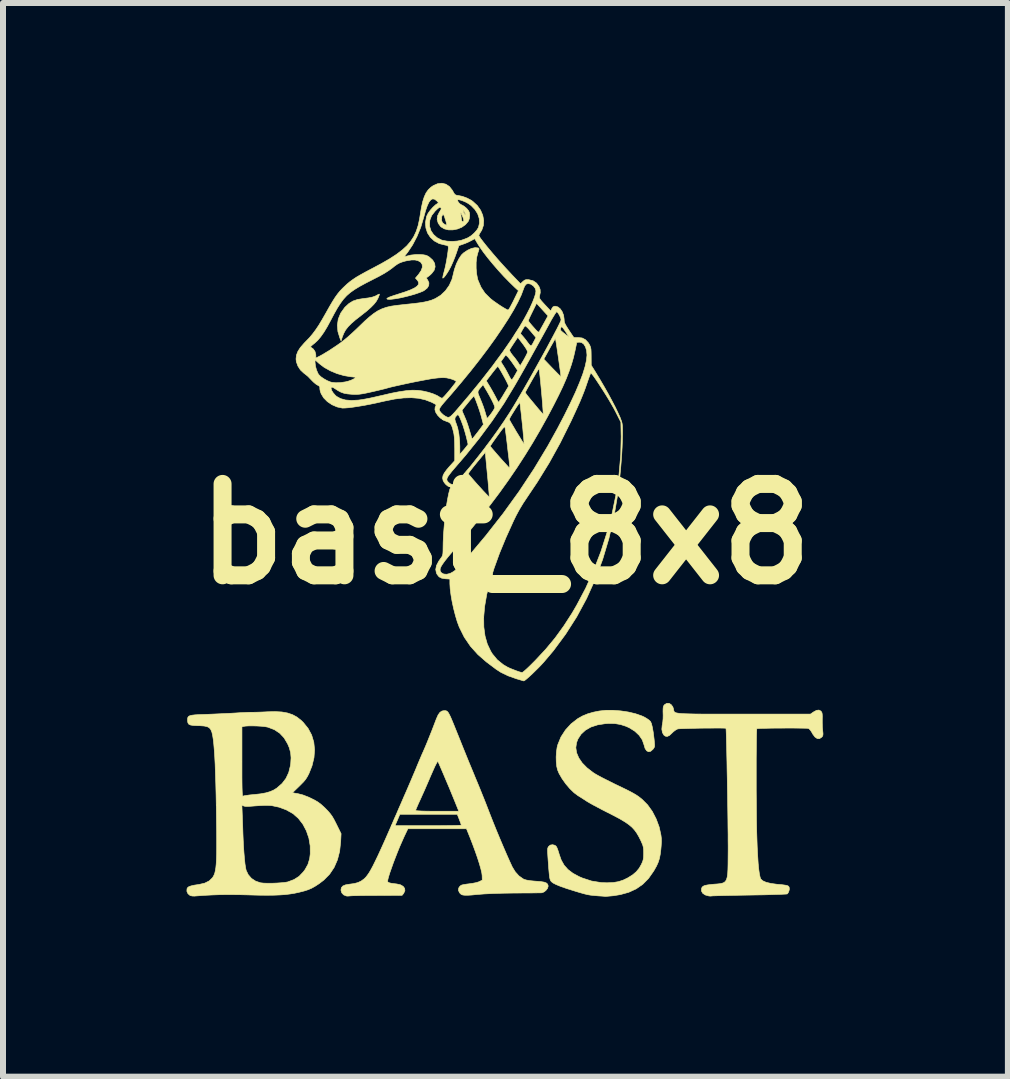
<source format=kicad_pcb>
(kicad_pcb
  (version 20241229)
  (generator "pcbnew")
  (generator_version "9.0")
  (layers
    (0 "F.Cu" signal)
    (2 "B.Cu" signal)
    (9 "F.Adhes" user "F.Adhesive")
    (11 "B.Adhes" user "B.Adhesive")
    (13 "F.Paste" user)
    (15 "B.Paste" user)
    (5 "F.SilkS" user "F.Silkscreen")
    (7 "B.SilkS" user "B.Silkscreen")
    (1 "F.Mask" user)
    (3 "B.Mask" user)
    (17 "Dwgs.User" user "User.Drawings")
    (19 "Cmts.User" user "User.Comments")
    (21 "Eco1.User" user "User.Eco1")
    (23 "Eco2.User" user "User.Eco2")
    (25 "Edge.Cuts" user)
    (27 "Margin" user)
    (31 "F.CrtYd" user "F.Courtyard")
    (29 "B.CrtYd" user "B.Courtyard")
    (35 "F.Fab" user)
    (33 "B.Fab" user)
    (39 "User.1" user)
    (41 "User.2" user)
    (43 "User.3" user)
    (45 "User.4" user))
  (footprint "bast_8x8"
    (layer "F.Cu")
    (at 5.378 5.853)
    (property "Reference" "bast_8x8" (at 0 0 0) (layer "F.SilkS") (effects (font (size 1.524 1.524) (thickness 0.3))))
    (attr through_hole)
    (fp_poly (pts (xy -2.104 -3.985) (xy -2.115 -3.956) (xy -2.127 -3.927) (xy -2.154 -3.879) (xy -2.193 -3.83) (xy -2.245 -3.777) (xy -2.314 -3.716) (xy -2.402 -3.647) (xy -2.413 -3.638) (xy -2.502 -3.569) (xy -2.571 -3.509) (xy -2.625 -3.454) (xy -2.666 -3.401) (xy -2.696 -3.346) (xy -2.72 -3.286) (xy -2.725 -3.27) (xy -2.741 -3.219) (xy -2.761 -3.267) (xy -2.794 -3.374) (xy -2.803 -3.48) (xy -2.788 -3.583) (xy -2.748 -3.681) (xy -2.685 -3.77) (xy -2.675 -3.782) (xy -2.61 -3.842) (xy -2.542 -3.884) (xy -2.465 -3.91) (xy -2.371 -3.925) (xy -2.371 -3.925) (xy -2.284 -3.936) (xy -2.217 -3.95) (xy -2.165 -3.969) (xy -2.136 -3.985) (xy -2.113 -3.997) (xy -2.102 -3.999) (xy -2.104 -3.985)) (stroke (width 0.01) (type solid)) (fill yes) (layer "F.SilkS"))
    (fp_poly (pts (xy 1.922 2.95) (xy 2.049 2.969) (xy 2.167 2.997) (xy 2.271 3.033) (xy 2.311 3.051) (xy 2.356 3.077) (xy 2.394 3.104) (xy 2.418 3.127) (xy 2.434 3.162) (xy 2.449 3.223) (xy 2.464 3.308) (xy 2.478 3.419) (xy 2.482 3.462) (xy 2.486 3.51) (xy 2.486 3.54) (xy 2.479 3.562) (xy 2.464 3.584) (xy 2.457 3.592) (xy 2.42 3.624) (xy 2.385 3.631) (xy 2.354 3.615) (xy 2.328 3.577) (xy 2.31 3.516) (xy 2.31 3.516) (xy 2.281 3.433) (xy 2.229 3.357) (xy 2.157 3.289) (xy 2.066 3.232) (xy 2.011 3.207) (xy 1.918 3.177) (xy 1.824 3.161) (xy 1.72 3.159) (xy 1.663 3.163) (xy 1.536 3.183) (xy 1.425 3.219) (xy 1.334 3.271) (xy 1.261 3.338) (xy 1.208 3.419) (xy 1.185 3.48) (xy 1.173 3.563) (xy 1.186 3.649) (xy 1.222 3.734) (xy 1.28 3.819) (xy 1.359 3.899) (xy 1.458 3.976) (xy 1.502 4.004) (xy 1.541 4.026) (xy 1.598 4.057) (xy 1.669 4.093) (xy 1.747 4.132) (xy 1.829 4.173) (xy 1.854 4.185) (xy 1.952 4.232) (xy 2.03 4.27) (xy 2.092 4.302) (xy 2.141 4.329) (xy 2.181 4.353) (xy 2.216 4.376) (xy 2.247 4.4) (xy 2.278 4.425) (xy 2.369 4.516) (xy 2.448 4.626) (xy 2.513 4.752) (xy 2.563 4.887) (xy 2.592 5.019) (xy 2.599 5.075) (xy 2.6 5.133) (xy 2.596 5.201) (xy 2.591 5.258) (xy 2.58 5.345) (xy 2.566 5.414) (xy 2.546 5.476) (xy 2.518 5.538) (xy 2.478 5.609) (xy 2.466 5.628) (xy 2.384 5.745) (xy 2.289 5.841) (xy 2.18 5.917) (xy 2.056 5.974) (xy 1.916 6.013) (xy 1.8 6.032) (xy 1.745 6.037) (xy 1.7 6.041) (xy 1.669 6.043) (xy 1.661 6.043) (xy 1.642 6.041) (xy 1.604 6.038) (xy 1.553 6.035) (xy 1.518 6.032) (xy 1.464 6.027) (xy 1.417 6.022) (xy 1.371 6.014) (xy 1.32 6.002) (xy 1.259 5.985) (xy 1.181 5.962) (xy 1.149 5.952) (xy 1.027 5.914) (xy 0.926 5.879) (xy 0.849 5.848) (xy 0.796 5.821) (xy 0.767 5.799) (xy 0.757 5.787) (xy 0.749 5.774) (xy 0.743 5.756) (xy 0.737 5.731) (xy 0.732 5.694) (xy 0.727 5.644) (xy 0.721 5.576) (xy 0.715 5.488) (xy 0.711 5.438) (xy 0.706 5.363) (xy 0.703 5.308) (xy 0.702 5.27) (xy 0.704 5.244) (xy 0.71 5.226) (xy 0.717 5.213) (xy 0.746 5.188) (xy 0.785 5.181) (xy 0.824 5.191) (xy 0.844 5.206) (xy 0.858 5.23) (xy 0.874 5.271) (xy 0.89 5.321) (xy 0.895 5.339) (xy 0.93 5.438) (xy 0.978 5.523) (xy 1.042 5.595) (xy 1.125 5.658) (xy 1.229 5.714) (xy 1.283 5.737) (xy 1.436 5.787) (xy 1.598 5.813) (xy 1.692 5.816) (xy 1.796 5.812) (xy 1.885 5.797) (xy 1.966 5.77) (xy 2.038 5.735) (xy 2.12 5.684) (xy 2.181 5.632) (xy 2.229 5.574) (xy 2.263 5.515) (xy 2.284 5.47) (xy 2.296 5.432) (xy 2.302 5.392) (xy 2.304 5.34) (xy 2.304 5.322) (xy 2.303 5.265) (xy 2.298 5.222) (xy 2.288 5.184) (xy 2.268 5.138) (xy 2.257 5.113) (xy 2.222 5.044) (xy 2.188 4.986) (xy 2.15 4.934) (xy 2.106 4.887) (xy 2.053 4.843) (xy 1.987 4.798) (xy 1.907 4.75) (xy 1.809 4.698) (xy 1.701 4.643) (xy 1.62 4.602) (xy 1.543 4.561) (xy 1.473 4.524) (xy 1.415 4.492) (xy 1.374 4.468) (xy 1.362 4.461) (xy 1.31 4.427) (xy 1.251 4.389) (xy 1.21 4.364) (xy 1.143 4.314) (xy 1.073 4.246) (xy 1.005 4.166) (xy 0.944 4.08) (xy 0.894 3.994) (xy 0.869 3.935) (xy 0.855 3.877) (xy 0.847 3.802) (xy 0.845 3.719) (xy 0.85 3.635) (xy 0.861 3.558) (xy 0.873 3.512) (xy 0.925 3.385) (xy 1 3.269) (xy 1.094 3.166) (xy 1.206 3.079) (xy 1.207 3.078) (xy 1.286 3.034) (xy 1.371 2.999) (xy 1.469 2.971) (xy 1.564 2.952) (xy 1.673 2.94) (xy 1.795 2.94) (xy 1.922 2.95)) (stroke (width 0.01) (type solid)) (fill yes) (layer "F.SilkS"))
    (fp_poly (pts (xy 2.728 2.824) (xy 2.762 2.845) (xy 2.79 2.882) (xy 2.802 2.919) (xy 2.804 2.934) (xy 2.807 2.946) (xy 2.81 2.957) (xy 2.817 2.967) (xy 2.828 2.975) (xy 2.845 2.982) (xy 2.87 2.987) (xy 2.904 2.992) (xy 2.949 2.996) (xy 3.006 2.998) (xy 3.076 3) (xy 3.162 3.002) (xy 3.265 3.003) (xy 3.386 3.003) (xy 3.527 3.003) (xy 3.69 3.003) (xy 3.876 3.003) (xy 3.981 3.003) (xy 5.086 3.003) (xy 5.136 2.968) (xy 5.186 2.941) (xy 5.226 2.936) (xy 5.259 2.953) (xy 5.263 2.958) (xy 5.275 2.976) (xy 5.281 3.001) (xy 5.283 3.041) (xy 5.282 3.088) (xy 5.282 3.152) (xy 5.284 3.219) (xy 5.289 3.276) (xy 5.289 3.278) (xy 5.294 3.325) (xy 5.293 3.353) (xy 5.286 3.373) (xy 5.272 3.389) (xy 5.235 3.413) (xy 5.198 3.411) (xy 5.16 3.385) (xy 5.123 3.336) (xy 5.112 3.315) (xy 5.088 3.277) (xy 5.063 3.25) (xy 5.052 3.243) (xy 5.033 3.24) (xy 4.994 3.239) (xy 4.937 3.238) (xy 4.866 3.237) (xy 4.785 3.236) (xy 4.697 3.236) (xy 4.606 3.237) (xy 4.516 3.237) (xy 4.43 3.238) (xy 4.352 3.24) (xy 4.285 3.241) (xy 4.234 3.243) (xy 4.201 3.245) (xy 4.191 3.247) (xy 4.189 3.262) (xy 4.187 3.299) (xy 4.185 3.357) (xy 4.184 3.433) (xy 4.183 3.525) (xy 4.182 3.631) (xy 4.181 3.747) (xy 4.181 3.871) (xy 4.181 4.002) (xy 4.181 4.136) (xy 4.181 4.272) (xy 4.182 4.406) (xy 4.183 4.536) (xy 4.184 4.661) (xy 4.185 4.777) (xy 4.187 4.882) (xy 4.189 4.974) (xy 4.191 5.036) (xy 4.197 5.212) (xy 4.205 5.363) (xy 4.213 5.49) (xy 4.223 5.592) (xy 4.234 5.67) (xy 4.246 5.724) (xy 4.257 5.753) (xy 4.29 5.783) (xy 4.346 5.808) (xy 4.426 5.827) (xy 4.527 5.841) (xy 4.538 5.842) (xy 4.61 5.848) (xy 4.661 5.855) (xy 4.694 5.861) (xy 4.714 5.87) (xy 4.725 5.881) (xy 4.731 5.897) (xy 4.732 5.898) (xy 4.732 5.933) (xy 4.72 5.971) (xy 4.702 5.999) (xy 4.697 6.002) (xy 4.682 6.004) (xy 4.643 6.006) (xy 4.584 6.009) (xy 4.508 6.011) (xy 4.416 6.014) (xy 4.312 6.017) (xy 4.197 6.019) (xy 4.075 6.021) (xy 4.071 6.021) (xy 3.948 6.023) (xy 3.833 6.025) (xy 3.728 6.027) (xy 3.636 6.029) (xy 3.558 6.031) (xy 3.498 6.033) (xy 3.459 6.034) (xy 3.442 6.036) (xy 3.442 6.036) (xy 3.415 6.038) (xy 3.391 6.036) (xy 3.33 6.019) (xy 3.288 5.99) (xy 3.268 5.953) (xy 3.269 5.913) (xy 3.278 5.89) (xy 3.297 5.873) (xy 3.327 5.86) (xy 3.374 5.851) (xy 3.44 5.843) (xy 3.472 5.84) (xy 3.529 5.836) (xy 3.577 5.831) (xy 3.615 5.823) (xy 3.645 5.811) (xy 3.668 5.791) (xy 3.685 5.762) (xy 3.697 5.721) (xy 3.705 5.665) (xy 3.709 5.594) (xy 3.711 5.503) (xy 3.712 5.391) (xy 3.713 5.273) (xy 3.713 5.201) (xy 3.712 5.112) (xy 3.712 5.009) (xy 3.71 4.893) (xy 3.709 4.768) (xy 3.707 4.635) (xy 3.705 4.496) (xy 3.703 4.354) (xy 3.7 4.212) (xy 3.698 4.071) (xy 3.695 3.934) (xy 3.693 3.802) (xy 3.69 3.679) (xy 3.688 3.567) (xy 3.685 3.467) (xy 3.683 3.383) (xy 3.681 3.316) (xy 3.679 3.269) (xy 3.677 3.244) (xy 3.676 3.24) (xy 3.662 3.238) (xy 3.626 3.237) (xy 3.572 3.236) (xy 3.504 3.236) (xy 3.426 3.237) (xy 3.341 3.237) (xy 3.253 3.238) (xy 3.166 3.24) (xy 3.084 3.242) (xy 3.01 3.244) (xy 2.947 3.246) (xy 2.901 3.248) (xy 2.874 3.25) (xy 2.871 3.251) (xy 2.84 3.267) (xy 2.802 3.295) (xy 2.776 3.32) (xy 2.733 3.36) (xy 2.697 3.376) (xy 2.665 3.371) (xy 2.642 3.354) (xy 2.617 3.312) (xy 2.607 3.255) (xy 2.613 3.19) (xy 2.616 3.178) (xy 2.623 3.134) (xy 2.628 3.077) (xy 2.629 3.023) (xy 2.627 2.959) (xy 2.628 2.915) (xy 2.631 2.886) (xy 2.637 2.867) (xy 2.647 2.853) (xy 2.654 2.845) (xy 2.69 2.824) (xy 2.728 2.824)) (stroke (width 0.01) (type solid)) (fill yes) (layer "F.SilkS"))
    (fp_poly (pts (xy -0.992 2.948) (xy -0.979 2.953) (xy -0.966 2.963) (xy -0.952 2.981) (xy -0.936 3.01) (xy -0.916 3.05) (xy -0.893 3.104) (xy -0.864 3.174) (xy -0.828 3.263) (xy -0.784 3.372) (xy -0.761 3.429) (xy -0.718 3.537) (xy -0.669 3.658) (xy -0.618 3.784) (xy -0.567 3.907) (xy -0.521 4.018) (xy -0.505 4.058) (xy -0.466 4.151) (xy -0.427 4.246) (xy -0.39 4.338) (xy -0.356 4.422) (xy -0.329 4.49) (xy -0.317 4.521) (xy -0.266 4.653) (xy -0.211 4.793) (xy -0.153 4.937) (xy -0.094 5.079) (xy -0.036 5.216) (xy 0.019 5.343) (xy 0.069 5.456) (xy 0.112 5.549) (xy 0.114 5.553) (xy 0.163 5.633) (xy 0.223 5.7) (xy 0.29 5.748) (xy 0.313 5.76) (xy 0.352 5.771) (xy 0.41 5.781) (xy 0.484 5.788) (xy 0.511 5.79) (xy 0.588 5.796) (xy 0.644 5.805) (xy 0.681 5.819) (xy 0.702 5.838) (xy 0.711 5.864) (xy 0.711 5.877) (xy 0.7 5.911) (xy 0.673 5.945) (xy 0.638 5.971) (xy 0.602 5.983) (xy 0.601 5.983) (xy 0.58 5.984) (xy 0.537 5.984) (xy 0.475 5.985) (xy 0.397 5.986) (xy 0.308 5.986) (xy 0.21 5.987) (xy 0.152 5.987) (xy -0.041 5.99) (xy -0.209 5.995) (xy -0.353 6.002) (xy -0.471 6.011) (xy -0.472 6.011) (xy -0.56 6.02) (xy -0.627 6.024) (xy -0.676 6.024) (xy -0.711 6.02) (xy -0.736 6.011) (xy -0.754 5.996) (xy -0.767 5.98) (xy -0.785 5.941) (xy -0.78 5.904) (xy -0.763 5.878) (xy -0.748 5.864) (xy -0.728 5.853) (xy -0.696 5.846) (xy -0.647 5.838) (xy -0.613 5.834) (xy -0.549 5.825) (xy -0.491 5.814) (xy -0.448 5.801) (xy -0.437 5.796) (xy -0.387 5.772) (xy -0.389 5.696) (xy -0.395 5.649) (xy -0.411 5.582) (xy -0.435 5.498) (xy -0.466 5.401) (xy -0.504 5.292) (xy -0.547 5.175) (xy -0.59 5.064) (xy -0.65 4.915) (xy -1.627 4.915) (xy -1.689 5.045) (xy -1.724 5.124) (xy -1.762 5.21) (xy -1.799 5.301) (xy -1.835 5.393) (xy -1.87 5.484) (xy -1.9 5.569) (xy -1.927 5.645) (xy -1.947 5.709) (xy -1.96 5.758) (xy -1.965 5.789) (xy -1.965 5.795) (xy -1.956 5.807) (xy -1.937 5.816) (xy -1.905 5.824) (xy -1.853 5.831) (xy -1.811 5.836) (xy -1.75 5.85) (xy -1.706 5.876) (xy -1.681 5.91) (xy -1.677 5.949) (xy -1.697 5.991) (xy -1.7 5.996) (xy -1.724 6.025) (xy -2.141 6.027) (xy -2.243 6.027) (xy -2.338 6.028) (xy -2.423 6.029) (xy -2.494 6.031) (xy -2.548 6.032) (xy -2.581 6.034) (xy -2.591 6.035) (xy -2.63 6.038) (xy -2.654 6.036) (xy -2.699 6.017) (xy -2.73 5.983) (xy -2.743 5.939) (xy -2.743 5.937) (xy -2.736 5.898) (xy -2.712 5.87) (xy -2.668 5.851) (xy -2.604 5.84) (xy -2.522 5.829) (xy -2.459 5.812) (xy -2.406 5.787) (xy -2.357 5.751) (xy -2.347 5.742) (xy -2.325 5.719) (xy -2.301 5.688) (xy -2.274 5.649) (xy -2.244 5.598) (xy -2.21 5.535) (xy -2.172 5.458) (xy -2.127 5.365) (xy -2.077 5.256) (xy -2.019 5.128) (xy -1.954 4.98) (xy -1.903 4.864) (xy -1.842 4.864) (xy -1.289 4.864) (xy -1.174 4.864) (xy -1.066 4.863) (xy -0.969 4.862) (xy -0.886 4.861) (xy -0.819 4.86) (xy -0.77 4.858) (xy -0.742 4.856) (xy -0.737 4.855) (xy -0.741 4.839) (xy -0.752 4.807) (xy -0.769 4.764) (xy -0.77 4.76) (xy -0.804 4.674) (xy -1.761 4.674) (xy -1.781 4.721) (xy -1.8 4.767) (xy -1.82 4.814) (xy -1.821 4.816) (xy -1.842 4.864) (xy -1.903 4.864) (xy -1.88 4.811) (xy -1.851 4.743) (xy -1.818 4.67) (xy -1.793 4.611) (xy -1.499 4.611) (xy -1.486 4.614) (xy -1.45 4.617) (xy -1.393 4.62) (xy -1.316 4.622) (xy -1.221 4.623) (xy -1.138 4.623) (xy -0.778 4.623) (xy -0.851 4.442) (xy -0.874 4.386) (xy -0.902 4.318) (xy -0.933 4.242) (xy -0.967 4.162) (xy -1.001 4.082) (xy -1.034 4.004) (xy -1.064 3.934) (xy -1.09 3.874) (xy -1.11 3.828) (xy -1.123 3.8) (xy -1.126 3.793) (xy -1.135 3.798) (xy -1.152 3.827) (xy -1.178 3.878) (xy -1.211 3.952) (xy -1.253 4.047) (xy -1.276 4.102) (xy -1.309 4.178) (xy -1.347 4.266) (xy -1.387 4.354) (xy -1.421 4.43) (xy -1.449 4.49) (xy -1.472 4.543) (xy -1.489 4.583) (xy -1.498 4.607) (xy -1.499 4.611) (xy -1.793 4.611) (xy -1.78 4.58) (xy -1.737 4.483) (xy -1.695 4.385) (xy -1.657 4.299) (xy -1.619 4.211) (xy -1.579 4.118) (xy -1.541 4.028) (xy -1.506 3.946) (xy -1.479 3.881) (xy -1.479 3.88) (xy -1.449 3.808) (xy -1.418 3.735) (xy -1.389 3.667) (xy -1.365 3.615) (xy -1.365 3.613) (xy -1.339 3.554) (xy -1.306 3.475) (xy -1.268 3.38) (xy -1.225 3.273) (xy -1.181 3.158) (xy -1.152 3.082) (xy -1.123 3.017) (xy -1.092 2.974) (xy -1.058 2.952) (xy -1.024 2.946) (xy -1.007 2.946) (xy -0.992 2.948)) (stroke (width 0.01) (type solid)) (fill yes) (layer "F.SilkS"))
    (fp_poly (pts (xy -3.729 2.968) (xy -3.634 2.985) (xy -3.551 3.013) (xy -3.477 3.053) (xy -3.407 3.108) (xy -3.372 3.142) (xy -3.291 3.242) (xy -3.232 3.352) (xy -3.196 3.472) (xy -3.183 3.598) (xy -3.193 3.731) (xy -3.226 3.867) (xy -3.277 3.995) (xy -3.303 4.045) (xy -3.33 4.088) (xy -3.364 4.13) (xy -3.411 4.178) (xy -3.439 4.206) (xy -3.552 4.315) (xy -3.462 4.33) (xy -3.379 4.351) (xy -3.281 4.389) (xy -3.239 4.409) (xy -3.172 4.443) (xy -3.121 4.474) (xy -3.075 4.509) (xy -3.026 4.553) (xy -3.001 4.577) (xy -2.956 4.624) (xy -2.921 4.665) (xy -2.891 4.706) (xy -2.862 4.755) (xy -2.829 4.819) (xy -2.819 4.839) (xy -2.741 4.997) (xy -2.748 5.131) (xy -2.765 5.291) (xy -2.802 5.434) (xy -2.857 5.56) (xy -2.932 5.672) (xy -3.027 5.769) (xy -3.108 5.831) (xy -3.174 5.874) (xy -3.231 5.906) (xy -3.289 5.931) (xy -3.354 5.952) (xy -3.436 5.973) (xy -3.444 5.975) (xy -3.519 5.991) (xy -3.594 6.003) (xy -3.675 6.013) (xy -3.763 6.019) (xy -3.863 6.023) (xy -3.977 6.024) (xy -4.11 6.023) (xy -4.264 6.019) (xy -4.286 6.018) (xy -4.458 6.014) (xy -4.611 6.013) (xy -4.752 6.014) (xy -4.889 6.019) (xy -5.027 6.026) (xy -5.175 6.037) (xy -5.178 6.038) (xy -5.219 6.037) (xy -5.254 6.03) (xy -5.26 6.027) (xy -5.294 5.998) (xy -5.312 5.958) (xy -5.31 5.917) (xy -5.309 5.914) (xy -5.298 5.895) (xy -5.277 5.88) (xy -5.242 5.868) (xy -5.19 5.856) (xy -5.117 5.845) (xy -5.109 5.844) (xy -5.014 5.822) (xy -4.94 5.785) (xy -4.885 5.732) (xy -4.872 5.711) (xy -4.858 5.684) (xy -4.846 5.651) (xy -4.837 5.611) (xy -4.829 5.562) (xy -4.823 5.501) (xy -4.819 5.427) (xy -4.816 5.337) (xy -4.815 5.23) (xy -4.815 5.103) (xy -4.816 4.954) (xy -4.818 4.82) (xy -4.821 4.577) (xy -4.822 4.52) (xy -4.395 4.52) (xy -4.388 4.698) (xy -4.385 4.785) (xy -4.381 4.884) (xy -4.378 4.982) (xy -4.375 5.058) (xy -4.369 5.189) (xy -4.361 5.308) (xy -4.352 5.414) (xy -4.343 5.502) (xy -4.332 5.57) (xy -4.324 5.608) (xy -4.289 5.681) (xy -4.235 5.743) (xy -4.165 5.789) (xy -4.082 5.817) (xy -4.078 5.817) (xy -4.032 5.822) (xy -3.969 5.824) (xy -3.895 5.824) (xy -3.817 5.821) (xy -3.743 5.816) (xy -3.679 5.81) (xy -3.632 5.802) (xy -3.626 5.8) (xy -3.525 5.762) (xy -3.442 5.709) (xy -3.371 5.635) (xy -3.341 5.595) (xy -3.293 5.508) (xy -3.265 5.415) (xy -3.255 5.334) (xy -3.256 5.201) (xy -3.278 5.071) (xy -3.32 4.949) (xy -3.378 4.839) (xy -3.453 4.742) (xy -3.542 4.664) (xy -3.55 4.659) (xy -3.655 4.6) (xy -3.773 4.556) (xy -3.895 4.53) (xy -3.914 4.528) (xy -3.96 4.526) (xy -4.024 4.526) (xy -4.095 4.529) (xy -4.168 4.534) (xy -4.17 4.534) (xy -4.246 4.54) (xy -4.301 4.543) (xy -4.338 4.542) (xy -4.361 4.537) (xy -4.368 4.534) (xy -4.395 4.52) (xy -4.822 4.52) (xy -4.825 4.358) (xy -4.83 4.163) (xy -4.836 3.99) (xy -4.841 3.838) (xy -4.848 3.706) (xy -4.856 3.593) (xy -4.864 3.498) (xy -4.873 3.42) (xy -4.883 3.358) (xy -4.894 3.31) (xy -4.898 3.298) (xy -4.915 3.259) (xy -4.939 3.231) (xy -4.967 3.216) (xy -4.394 3.216) (xy -4.394 3.8) (xy -4.394 3.942) (xy -4.394 4.059) (xy -4.393 4.155) (xy -4.392 4.231) (xy -4.39 4.289) (xy -4.388 4.33) (xy -4.386 4.356) (xy -4.382 4.37) (xy -4.379 4.372) (xy -4.378 4.372) (xy -4.36 4.366) (xy -4.322 4.36) (xy -4.269 4.352) (xy -4.207 4.346) (xy -4.194 4.345) (xy -4.084 4.333) (xy -3.996 4.317) (xy -3.924 4.296) (xy -3.863 4.269) (xy -3.812 4.237) (xy -3.725 4.161) (xy -3.66 4.076) (xy -3.614 3.978) (xy -3.586 3.864) (xy -3.581 3.831) (xy -3.575 3.733) (xy -3.582 3.647) (xy -3.605 3.563) (xy -3.633 3.498) (xy -3.691 3.4) (xy -3.764 3.322) (xy -3.853 3.263) (xy -3.96 3.222) (xy -3.969 3.22) (xy -4.012 3.212) (xy -4.071 3.206) (xy -4.139 3.202) (xy -4.21 3.2) (xy -4.276 3.2) (xy -4.33 3.203) (xy -4.366 3.208) (xy -4.394 3.216) (xy -4.967 3.216) (xy -4.974 3.213) (xy -5.024 3.202) (xy -5.094 3.197) (xy -5.134 3.196) (xy -5.203 3.193) (xy -5.25 3.186) (xy -5.28 3.172) (xy -5.295 3.149) (xy -5.301 3.115) (xy -5.301 3.105) (xy -5.3 3.078) (xy -5.295 3.057) (xy -5.283 3.041) (xy -5.261 3.03) (xy -5.227 3.022) (xy -5.176 3.016) (xy -5.107 3.012) (xy -5.016 3.009) (xy -4.988 3.008) (xy -4.888 3.004) (xy -4.778 2.999) (xy -4.669 2.994) (xy -4.567 2.989) (xy -4.496 2.985) (xy -4.419 2.98) (xy -4.348 2.977) (xy -4.287 2.974) (xy -4.242 2.973) (xy -4.223 2.973) (xy -4.192 2.973) (xy -4.142 2.972) (xy -4.079 2.97) (xy -4.008 2.967) (xy -3.973 2.965) (xy -3.841 2.962) (xy -3.729 2.968)) (stroke (width 0.01) (type solid)) (fill yes) (layer "F.SilkS"))
    (fp_poly (pts (xy -0.994 -5.832) (xy -0.935 -5.793) (xy -0.887 -5.732) (xy -0.881 -5.722) (xy -0.859 -5.682) (xy -0.841 -5.659) (xy -0.821 -5.649) (xy -0.794 -5.644) (xy -0.79 -5.644) (xy -0.718 -5.629) (xy -0.64 -5.6) (xy -0.568 -5.562) (xy -0.544 -5.544) (xy -0.47 -5.476) (xy -0.415 -5.398) (xy -0.379 -5.314) (xy -0.363 -5.229) (xy -0.368 -5.145) (xy -0.395 -5.066) (xy -0.414 -5.036) (xy -0.433 -5.005) (xy -0.443 -4.983) (xy -0.445 -4.979) (xy -0.436 -4.96) (xy -0.413 -4.925) (xy -0.376 -4.877) (xy -0.329 -4.817) (xy -0.272 -4.748) (xy -0.209 -4.673) (xy -0.141 -4.594) (xy -0.07 -4.514) (xy 0.002 -4.435) (xy 0.072 -4.36) (xy 0.105 -4.324) (xy 0.251 -4.172) (xy 0.29 -4.209) (xy 0.317 -4.231) (xy 0.342 -4.24) (xy 0.378 -4.24) (xy 0.391 -4.239) (xy 0.462 -4.221) (xy 0.519 -4.182) (xy 0.56 -4.124) (xy 0.578 -4.075) (xy 0.58 -4.023) (xy 0.566 -3.959) (xy 0.565 -3.955) (xy 0.565 -3.939) (xy 0.576 -3.917) (xy 0.599 -3.886) (xy 0.638 -3.843) (xy 0.656 -3.823) (xy 0.755 -3.718) (xy 0.773 -3.758) (xy 0.792 -3.786) (xy 0.817 -3.797) (xy 0.832 -3.797) (xy 0.875 -3.785) (xy 0.914 -3.753) (xy 0.946 -3.705) (xy 0.969 -3.646) (xy 0.978 -3.581) (xy 0.978 -3.575) (xy 0.98 -3.546) (xy 0.987 -3.518) (xy 1.003 -3.485) (xy 1.029 -3.442) (xy 1.056 -3.4) (xy 1.088 -3.352) (xy 1.114 -3.313) (xy 1.132 -3.287) (xy 1.139 -3.278) (xy 1.153 -3.275) (xy 1.184 -3.274) (xy 1.21 -3.275) (xy 1.278 -3.268) (xy 1.334 -3.239) (xy 1.381 -3.188) (xy 1.397 -3.162) (xy 1.411 -3.134) (xy 1.42 -3.108) (xy 1.426 -3.076) (xy 1.428 -3.032) (xy 1.429 -2.97) (xy 1.429 -2.959) (xy 1.43 -2.813) (xy 1.501 -2.699) (xy 1.576 -2.575) (xy 1.648 -2.452) (xy 1.716 -2.332) (xy 1.777 -2.218) (xy 1.832 -2.113) (xy 1.877 -2.019) (xy 1.913 -1.939) (xy 1.936 -1.876) (xy 1.944 -1.847) (xy 1.95 -1.804) (xy 1.952 -1.739) (xy 1.952 -1.656) (xy 1.949 -1.557) (xy 1.945 -1.445) (xy 1.938 -1.325) (xy 1.929 -1.199) (xy 1.918 -1.071) (xy 1.906 -0.944) (xy 1.892 -0.82) (xy 1.878 -0.704) (xy 1.873 -0.667) (xy 1.808 -0.287) (xy 1.724 0.077) (xy 1.62 0.425) (xy 1.496 0.758) (xy 1.352 1.077) (xy 1.188 1.381) (xy 1.003 1.671) (xy 0.798 1.948) (xy 0.639 2.136) (xy 0.597 2.182) (xy 0.548 2.233) (xy 0.496 2.284) (xy 0.445 2.334) (xy 0.396 2.379) (xy 0.355 2.415) (xy 0.324 2.44) (xy 0.307 2.45) (xy 0.306 2.45) (xy 0.291 2.447) (xy 0.258 2.437) (xy 0.212 2.423) (xy 0.184 2.415) (xy 0.043 2.365) (xy -0.077 2.307) (xy -0.16 2.253) (xy -0.202 2.221) (xy -0.254 2.182) (xy -0.307 2.142) (xy -0.319 2.133) (xy -0.46 2.01) (xy -0.584 1.872) (xy -0.687 1.721) (xy -0.768 1.558) (xy -0.772 1.549) (xy -0.805 1.46) (xy -0.827 1.386) (xy -0.363 1.386) (xy -0.361 1.551) (xy -0.341 1.701) (xy -0.303 1.835) (xy -0.246 1.955) (xy -0.219 1.999) (xy -0.137 2.098) (xy -0.037 2.179) (xy 0.031 2.219) (xy 0.075 2.24) (xy 0.128 2.261) (xy 0.182 2.282) (xy 0.231 2.299) (xy 0.267 2.309) (xy 0.279 2.31) (xy 0.293 2.302) (xy 0.322 2.278) (xy 0.363 2.241) (xy 0.413 2.193) (xy 0.469 2.137) (xy 0.495 2.111) (xy 0.668 1.926) (xy 0.826 1.736) (xy 0.971 1.536) (xy 1.11 1.321) (xy 1.188 1.187) (xy 1.338 0.903) (xy 1.472 0.603) (xy 1.592 0.292) (xy 1.694 -0.028) (xy 1.78 -0.352) (xy 1.847 -0.678) (xy 1.894 -1.002) (xy 1.922 -1.32) (xy 1.929 -1.629) (xy 1.928 -1.66) (xy 1.924 -1.865) (xy 1.836 -2.039) (xy 1.808 -2.092) (xy 1.772 -2.155) (xy 1.731 -2.226) (xy 1.686 -2.3) (xy 1.639 -2.375) (xy 1.592 -2.448) (xy 1.547 -2.517) (xy 1.507 -2.577) (xy 1.472 -2.627) (xy 1.444 -2.663) (xy 1.427 -2.681) (xy 1.422 -2.683) (xy 1.415 -2.668) (xy 1.402 -2.634) (xy 1.384 -2.585) (xy 1.364 -2.526) (xy 1.36 -2.515) (xy 1.333 -2.436) (xy 1.305 -2.361) (xy 1.274 -2.284) (xy 1.24 -2.202) (xy 1.199 -2.111) (xy 1.151 -2.006) (xy 1.094 -1.883) (xy 1.083 -1.861) (xy 0.911 -1.515) (xy 0.729 -1.186) (xy 0.533 -0.868) (xy 0.368 -0.622) (xy 0.294 -0.511) (xy 0.232 -0.408) (xy 0.175 -0.302) (xy 0.134 -0.218) (xy 0.008 0.061) (xy -0.1 0.323) (xy -0.189 0.569) (xy -0.26 0.797) (xy -0.313 1.01) (xy -0.347 1.206) (xy -0.363 1.386) (xy -0.827 1.386) (xy -0.836 1.355) (xy -0.865 1.242) (xy -0.89 1.126) (xy -0.909 1.015) (xy -0.922 0.914) (xy -0.927 0.83) (xy -0.927 0.826) (xy -0.927 0.752) (xy -1.003 0.747) (xy -1.064 0.737) (xy -1.107 0.715) (xy -1.138 0.677) (xy -1.152 0.65) (xy -1.16 0.607) (xy -1.09 0.607) (xy -1.082 0.629) (xy -1.067 0.648) (xy -1.03 0.668) (xy -0.981 0.672) (xy -0.929 0.66) (xy -0.911 0.652) (xy -0.875 0.632) (xy -0.841 0.608) (xy -0.805 0.577) (xy -0.763 0.536) (xy -0.712 0.481) (xy -0.649 0.41) (xy -0.642 0.402) (xy -0.329 0.029) (xy -0.039 -0.341) (xy 0.229 -0.712) (xy 0.476 -1.086) (xy 0.704 -1.464) (xy 0.869 -1.762) (xy 0.984 -1.982) (xy 1.083 -2.183) (xy 1.167 -2.363) (xy 1.235 -2.524) (xy 1.289 -2.666) (xy 1.327 -2.79) (xy 1.35 -2.894) (xy 1.359 -2.98) (xy 1.359 -2.985) (xy 1.352 -3.06) (xy 1.333 -3.121) (xy 1.304 -3.167) (xy 1.267 -3.193) (xy 1.229 -3.198) (xy 1.189 -3.194) (xy 1.16 -3.056) (xy 1.134 -2.943) (xy 1.101 -2.829) (xy 1.061 -2.712) (xy 1.013 -2.588) (xy 0.955 -2.455) (xy 0.885 -2.309) (xy 0.804 -2.149) (xy 0.71 -1.971) (xy 0.702 -1.956) (xy 0.579 -1.735) (xy 0.455 -1.522) (xy 0.326 -1.313) (xy 0.192 -1.106) (xy 0.05 -0.898) (xy -0.101 -0.687) (xy -0.264 -0.471) (xy -0.44 -0.246) (xy -0.631 -0.009) (xy -0.838 0.24) (xy -0.888 0.3) (xy -0.958 0.383) (xy -1.012 0.451) (xy -1.051 0.505) (xy -1.076 0.547) (xy -1.089 0.58) (xy -1.09 0.607) (xy -1.16 0.607) (xy -1.163 0.592) (xy -1.15 0.526) (xy -1.112 0.453) (xy -1.078 0.405) (xy -1.059 0.378) (xy -1.048 0.353) (xy -1.043 0.322) (xy -1.041 0.275) (xy -1.041 0.259) (xy -1.039 0.143) (xy -1.034 0.02) (xy -1.024 -0.108) (xy -1.013 -0.236) (xy -0.999 -0.36) (xy -0.983 -0.477) (xy -0.965 -0.582) (xy -0.947 -0.672) (xy -0.929 -0.742) (xy -0.92 -0.765) (xy -0.92 -0.784) (xy -0.931 -0.787) (xy -0.952 -0.795) (xy -0.826 -0.795) (xy -0.825 -0.585) (xy -0.822 -0.452) (xy -0.814 -0.326) (xy -0.801 -0.212) (xy -0.783 -0.115) (xy -0.772 -0.072) (xy -0.766 -0.053) (xy -0.762 -0.046) (xy -0.758 -0.053) (xy -0.755 -0.077) (xy -0.752 -0.121) (xy -0.749 -0.187) (xy -0.748 -0.203) (xy -0.745 -0.278) (xy -0.741 -0.37) (xy -0.737 -0.471) (xy -0.733 -0.571) (xy -0.731 -0.641) (xy -0.722 -0.895) (xy -0.826 -0.795) (xy -0.952 -0.795) (xy -0.959 -0.797) (xy -0.992 -0.823) (xy -1.021 -0.857) (xy -1.04 -0.892) (xy -1.041 -0.893) (xy -1.043 -0.908) (xy -0.978 -0.908) (xy -0.974 -0.89) (xy -0.962 -0.873) (xy -0.947 -0.857) (xy -0.912 -0.831) (xy -0.877 -0.827) (xy -0.84 -0.845) (xy -0.796 -0.886) (xy -0.696 -0.997) (xy -0.69 -1.004) (xy -0.62 -1.004) (xy -0.61 -0.989) (xy -0.586 -0.961) (xy -0.552 -0.921) (xy -0.511 -0.874) (xy -0.466 -0.823) (xy -0.419 -0.772) (xy -0.374 -0.722) (xy -0.333 -0.679) (xy -0.301 -0.645) (xy -0.279 -0.624) (xy -0.271 -0.618) (xy -0.271 -0.633) (xy -0.273 -0.67) (xy -0.278 -0.725) (xy -0.284 -0.797) (xy -0.291 -0.88) (xy -0.3 -0.972) (xy -0.302 -0.995) (xy -0.337 -1.361) (xy -0.48 -1.188) (xy -0.526 -1.131) (xy -0.566 -1.081) (xy -0.596 -1.041) (xy -0.615 -1.014) (xy -0.62 -1.004) (xy -0.69 -1.004) (xy -0.586 -1.126) (xy -0.472 -1.269) (xy -0.354 -1.42) (xy -0.321 -1.465) (xy -0.254 -1.465) (xy -0.246 -1.453) (xy -0.225 -1.427) (xy -0.192 -1.389) (xy -0.153 -1.343) (xy -0.109 -1.293) (xy -0.064 -1.242) (xy -0.02 -1.194) (xy 0.018 -1.152) (xy 0.048 -1.119) (xy 0.067 -1.1) (xy 0.072 -1.096) (xy 0.071 -1.109) (xy 0.068 -1.144) (xy 0.063 -1.198) (xy 0.056 -1.266) (xy 0.046 -1.346) (xy 0.037 -1.423) (xy 0.027 -1.513) (xy 0.017 -1.595) (xy 0.008 -1.666) (xy 0.000424 -1.723) (xy -0.005 -1.761) (xy -0.007 -1.776) (xy -0.012 -1.784) (xy -0.02 -1.782) (xy -0.035 -1.768) (xy -0.059 -1.74) (xy -0.093 -1.694) (xy -0.134 -1.638) (xy -0.174 -1.582) (xy -0.209 -1.533) (xy -0.235 -1.494) (xy -0.251 -1.471) (xy -0.254 -1.465) (xy -0.321 -1.465) (xy -0.238 -1.575) (xy -0.126 -1.731) (xy -0.022 -1.882) (xy -0.003 -1.911) (xy 0.064 -1.911) (xy 0.07 -1.898) (xy 0.086 -1.868) (xy 0.111 -1.825) (xy 0.142 -1.773) (xy 0.175 -1.716) (xy 0.21 -1.659) (xy 0.243 -1.605) (xy 0.272 -1.558) (xy 0.294 -1.523) (xy 0.308 -1.504) (xy 0.311 -1.501) (xy 0.31 -1.514) (xy 0.307 -1.549) (xy 0.303 -1.603) (xy 0.296 -1.672) (xy 0.289 -1.753) (xy 0.28 -1.843) (xy 0.279 -1.845) (xy 0.27 -1.935) (xy 0.261 -2.017) (xy 0.253 -2.086) (xy 0.247 -2.141) (xy 0.242 -2.177) (xy 0.239 -2.191) (xy 0.239 -2.191) (xy 0.231 -2.183) (xy 0.213 -2.158) (xy 0.188 -2.121) (xy 0.159 -2.076) (xy 0.13 -2.029) (xy 0.102 -1.984) (xy 0.08 -1.946) (xy 0.067 -1.92) (xy 0.064 -1.911) (xy -0.003 -1.911) (xy 0.071 -2.024) (xy 0.087 -2.05) (xy 0.133 -2.124) (xy 0.185 -2.211) (xy 0.242 -2.309) (xy 0.27 -2.357) (xy 0.33 -2.357) (xy 0.338 -2.345) (xy 0.359 -2.317) (xy 0.389 -2.279) (xy 0.427 -2.232) (xy 0.469 -2.182) (xy 0.511 -2.131) (xy 0.551 -2.083) (xy 0.586 -2.043) (xy 0.612 -2.013) (xy 0.627 -1.998) (xy 0.629 -1.997) (xy 0.629 -2.01) (xy 0.627 -2.045) (xy 0.623 -2.1) (xy 0.618 -2.17) (xy 0.611 -2.253) (xy 0.603 -2.345) (xy 0.6 -2.378) (xy 0.591 -2.473) (xy 0.583 -2.559) (xy 0.575 -2.634) (xy 0.568 -2.693) (xy 0.563 -2.734) (xy 0.559 -2.754) (xy 0.558 -2.756) (xy 0.55 -2.745) (xy 0.532 -2.717) (xy 0.507 -2.675) (xy 0.477 -2.624) (xy 0.444 -2.567) (xy 0.412 -2.51) (xy 0.382 -2.456) (xy 0.356 -2.41) (xy 0.338 -2.376) (xy 0.33 -2.358) (xy 0.33 -2.357) (xy 0.27 -2.357) (xy 0.304 -2.415) (xy 0.369 -2.528) (xy 0.435 -2.645) (xy 0.501 -2.763) (xy 0.567 -2.882) (xy 0.586 -2.915) (xy 0.639 -2.915) (xy 0.78 -2.767) (xy 0.828 -2.718) (xy 0.869 -2.676) (xy 0.901 -2.644) (xy 0.92 -2.626) (xy 0.924 -2.623) (xy 0.924 -2.635) (xy 0.92 -2.67) (xy 0.913 -2.723) (xy 0.903 -2.791) (xy 0.892 -2.87) (xy 0.882 -2.942) (xy 0.869 -3.028) (xy 0.858 -3.105) (xy 0.848 -3.171) (xy 0.84 -3.22) (xy 0.835 -3.251) (xy 0.833 -3.26) (xy 0.827 -3.25) (xy 0.81 -3.222) (xy 0.786 -3.179) (xy 0.755 -3.125) (xy 0.735 -3.089) (xy 0.639 -2.915) (xy 0.586 -2.915) (xy 0.631 -2.997) (xy 0.692 -3.108) (xy 0.748 -3.213) (xy 0.799 -3.308) (xy 0.843 -3.392) (xy 0.854 -3.412) (xy 0.916 -3.412) (xy 0.918 -3.399) (xy 0.93 -3.385) (xy 0.955 -3.363) (xy 0.991 -3.335) (xy 1.027 -3.307) (xy 1.047 -3.294) (xy 1.051 -3.295) (xy 1.043 -3.311) (xy 1.034 -3.324) (xy 0.996 -3.383) (xy 0.968 -3.423) (xy 0.95 -3.446) (xy 0.937 -3.454) (xy 0.929 -3.45) (xy 0.923 -3.435) (xy 0.92 -3.428) (xy 0.916 -3.412) (xy 0.854 -3.412) (xy 0.879 -3.462) (xy 0.906 -3.517) (xy 0.922 -3.554) (xy 0.927 -3.569) (xy 0.921 -3.599) (xy 0.905 -3.636) (xy 0.885 -3.672) (xy 0.865 -3.698) (xy 0.855 -3.705) (xy 0.845 -3.696) (xy 0.825 -3.668) (xy 0.798 -3.624) (xy 0.765 -3.569) (xy 0.736 -3.515) (xy 0.682 -3.416) (xy 0.618 -3.3) (xy 0.547 -3.172) (xy 0.472 -3.037) (xy 0.396 -2.9) (xy 0.321 -2.766) (xy 0.25 -2.641) (xy 0.186 -2.529) (xy 0.156 -2.477) (xy -0.026 -2.176) (xy -0.222 -1.885) (xy -0.434 -1.598) (xy -0.665 -1.311) (xy -0.774 -1.184) (xy -0.842 -1.105) (xy -0.895 -1.043) (xy -0.933 -0.994) (xy -0.959 -0.958) (xy -0.973 -0.93) (xy -0.978 -0.908) (xy -1.043 -0.908) (xy -1.048 -0.931) (xy -1.042 -0.971) (xy -1.021 -1.014) (xy -0.984 -1.066) (xy -0.938 -1.12) (xy -0.846 -1.222) (xy -0.846 -1.421) (xy -0.848 -1.523) (xy -0.852 -1.605) (xy -0.86 -1.67) (xy -0.868 -1.705) (xy -0.885 -1.771) (xy -0.902 -1.816) (xy -0.922 -1.845) (xy -0.947 -1.864) (xy -0.982 -1.876) (xy -0.983 -1.877) (xy -1.038 -1.899) (xy -1.057 -1.913) (xy -0.844 -1.913) (xy -0.834 -1.871) (xy -0.825 -1.85) (xy -0.797 -1.769) (xy -0.777 -1.669) (xy -0.765 -1.556) (xy -0.761 -1.463) (xy -0.761 -1.327) (xy -0.722 -1.372) (xy -0.69 -1.409) (xy -0.659 -1.447) (xy -0.653 -1.455) (xy -0.623 -1.494) (xy -0.653 -1.62) (xy -0.679 -1.714) (xy -0.708 -1.807) (xy -0.739 -1.89) (xy -0.768 -1.956) (xy -0.77 -1.958) (xy -0.784 -1.983) (xy -0.796 -1.988) (xy -0.812 -1.975) (xy -0.813 -1.974) (xy -0.838 -1.945) (xy -0.844 -1.913) (xy -1.057 -1.913) (xy -1.088 -1.935) (xy -1.13 -1.978) (xy -1.161 -2.025) (xy -1.176 -2.071) (xy -1.176 -2.074) (xy -1.105 -2.074) (xy -1.095 -2.048) (xy -1.069 -2.016) (xy -1.034 -1.984) (xy -0.996 -1.959) (xy -0.963 -1.945) (xy -0.954 -1.944) (xy -0.934 -1.949) (xy -0.91 -1.965) (xy -0.878 -1.996) (xy -0.834 -2.044) (xy -0.826 -2.054) (xy -0.82 -2.06) (xy -0.724 -2.06) (xy -0.719 -2.044) (xy -0.706 -2.011) (xy -0.686 -1.967) (xy -0.681 -1.954) (xy -0.656 -1.896) (xy -0.631 -1.827) (xy -0.604 -1.741) (xy -0.573 -1.636) (xy -0.564 -1.603) (xy -0.556 -1.589) (xy -0.553 -1.587) (xy -0.543 -1.597) (xy -0.522 -1.623) (xy -0.492 -1.661) (xy -0.457 -1.706) (xy -0.368 -1.825) (xy -0.4 -1.947) (xy -0.413 -1.993) (xy -0.43 -2.048) (xy -0.45 -2.108) (xy -0.471 -2.166) (xy -0.491 -2.22) (xy -0.508 -2.263) (xy -0.521 -2.291) (xy -0.527 -2.299) (xy -0.537 -2.29) (xy -0.559 -2.265) (xy -0.59 -2.23) (xy -0.624 -2.189) (xy -0.658 -2.147) (xy -0.689 -2.109) (xy -0.712 -2.079) (xy -0.723 -2.062) (xy -0.724 -2.06) (xy -0.82 -2.06) (xy -0.606 -2.312) (xy -0.561 -2.367) (xy -0.459 -2.367) (xy -0.455 -2.339) (xy -0.44 -2.3) (xy -0.42 -2.253) (xy -0.394 -2.189) (xy -0.368 -2.121) (xy -0.348 -2.06) (xy -0.343 -2.044) (xy -0.329 -1.996) (xy -0.317 -1.957) (xy -0.31 -1.933) (xy -0.31 -1.932) (xy -0.301 -1.933) (xy -0.283 -1.951) (xy -0.258 -1.981) (xy -0.232 -2.016) (xy -0.207 -2.052) (xy -0.188 -2.084) (xy -0.178 -2.106) (xy -0.178 -2.11) (xy -0.184 -2.136) (xy -0.202 -2.179) (xy -0.23 -2.236) (xy -0.265 -2.302) (xy -0.305 -2.373) (xy -0.308 -2.378) (xy -0.374 -2.489) (xy -0.403 -2.454) (xy -0.434 -2.418) (xy -0.452 -2.391) (xy -0.459 -2.367) (xy -0.561 -2.367) (xy -0.408 -2.554) (xy -0.32 -2.554) (xy -0.256 -2.449) (xy -0.223 -2.392) (xy -0.191 -2.334) (xy -0.164 -2.284) (xy -0.157 -2.27) (xy -0.138 -2.233) (xy -0.123 -2.206) (xy -0.115 -2.197) (xy -0.106 -2.208) (xy -0.087 -2.236) (xy -0.06 -2.277) (xy -0.029 -2.328) (xy -0.027 -2.332) (xy 0.054 -2.466) (xy 0.033 -2.513) (xy 0.012 -2.555) (xy -0.014 -2.605) (xy -0.043 -2.657) (xy -0.071 -2.707) (xy -0.096 -2.749) (xy -0.116 -2.78) (xy -0.127 -2.794) (xy -0.127 -2.794) (xy -0.138 -2.784) (xy -0.161 -2.759) (xy -0.192 -2.72) (xy -0.228 -2.674) (xy -0.32 -2.554) (xy -0.408 -2.554) (xy -0.402 -2.562) (xy -0.215 -2.802) (xy -0.164 -2.872) (xy -0.077 -2.872) (xy -0.033 -2.803) (xy -0.003 -2.754) (xy 0.029 -2.696) (xy 0.053 -2.65) (xy 0.074 -2.609) (xy 0.092 -2.581) (xy 0.104 -2.569) (xy 0.105 -2.569) (xy 0.116 -2.581) (xy 0.135 -2.609) (xy 0.158 -2.648) (xy 0.159 -2.649) (xy 0.202 -2.727) (xy 0.133 -2.828) (xy 0.1 -2.875) (xy 0.068 -2.917) (xy 0.043 -2.948) (xy 0.034 -2.957) (xy 0.004 -2.985) (xy -0.077 -2.872) (xy -0.164 -2.872) (xy -0.046 -3.032) (xy -0.021 -3.068) (xy 0.068 -3.068) (xy 0.073 -3.049) (xy 0.091 -3.017) (xy 0.121 -2.977) (xy 0.123 -2.975) (xy 0.159 -2.931) (xy 0.192 -2.886) (xy 0.215 -2.852) (xy 0.215 -2.852) (xy 0.245 -2.804) (xy 0.275 -2.853) (xy 0.299 -2.893) (xy 0.326 -2.942) (xy 0.34 -2.968) (xy 0.359 -3.006) (xy 0.367 -3.03) (xy 0.365 -3.049) (xy 0.354 -3.072) (xy 0.352 -3.076) (xy 0.333 -3.107) (xy 0.304 -3.149) (xy 0.271 -3.193) (xy 0.267 -3.198) (xy 0.205 -3.279) (xy 0.14 -3.182) (xy 0.111 -3.138) (xy 0.086 -3.099) (xy 0.071 -3.074) (xy 0.068 -3.068) (xy -0.021 -3.068) (xy 0.105 -3.251) (xy 0.162 -3.341) (xy 0.249 -3.341) (xy 0.281 -3.306) (xy 0.306 -3.277) (xy 0.338 -3.237) (xy 0.368 -3.197) (xy 0.397 -3.159) (xy 0.416 -3.14) (xy 0.431 -3.141) (xy 0.448 -3.161) (xy 0.47 -3.203) (xy 0.477 -3.216) (xy 0.508 -3.275) (xy 0.423 -3.377) (xy 0.378 -3.429) (xy 0.346 -3.459) (xy 0.328 -3.469) (xy 0.325 -3.468) (xy 0.311 -3.45) (xy 0.292 -3.419) (xy 0.28 -3.399) (xy 0.249 -3.341) (xy 0.162 -3.341) (xy 0.236 -3.456) (xy 0.295 -3.556) (xy 0.381 -3.556) (xy 0.389 -3.542) (xy 0.41 -3.514) (xy 0.441 -3.477) (xy 0.466 -3.449) (xy 0.505 -3.405) (xy 0.531 -3.379) (xy 0.548 -3.367) (xy 0.558 -3.368) (xy 0.564 -3.375) (xy 0.575 -3.395) (xy 0.595 -3.431) (xy 0.622 -3.479) (xy 0.643 -3.517) (xy 0.709 -3.637) (xy 0.613 -3.742) (xy 0.518 -3.846) (xy 0.45 -3.707) (xy 0.423 -3.652) (xy 0.401 -3.606) (xy 0.387 -3.572) (xy 0.381 -3.556) (xy 0.381 -3.556) (xy 0.295 -3.556) (xy 0.304 -3.571) (xy 0.361 -3.676) (xy 0.411 -3.774) (xy 0.452 -3.865) (xy 0.482 -3.943) (xy 0.502 -4.007) (xy 0.508 -4.052) (xy 0.496 -4.095) (xy 0.465 -4.136) (xy 0.421 -4.165) (xy 0.419 -4.166) (xy 0.377 -4.175) (xy 0.345 -4.165) (xy 0.319 -4.132) (xy 0.301 -4.086) (xy 0.263 -3.984) (xy 0.207 -3.866) (xy 0.135 -3.733) (xy 0.048 -3.588) (xy -0.054 -3.431) (xy -0.167 -3.265) (xy -0.293 -3.09) (xy -0.429 -2.91) (xy -0.575 -2.724) (xy -0.73 -2.535) (xy -0.891 -2.344) (xy -1.025 -2.191) (xy -1.062 -2.147) (xy -1.089 -2.109) (xy -1.103 -2.081) (xy -1.105 -2.074) (xy -1.176 -2.074) (xy -1.173 -2.111) (xy -1.17 -2.118) (xy -1.159 -2.142) (xy -1.156 -2.152) (xy -1.166 -2.161) (xy -1.194 -2.177) (xy -1.234 -2.197) (xy -1.236 -2.198) (xy -1.338 -2.237) (xy -1.447 -2.262) (xy -1.567 -2.272) (xy -1.699 -2.268) (xy -1.846 -2.25) (xy -2.01 -2.217) (xy -2.064 -2.205) (xy -2.155 -2.184) (xy -2.252 -2.164) (xy -2.35 -2.145) (xy -2.446 -2.129) (xy -2.536 -2.115) (xy -2.614 -2.105) (xy -2.676 -2.1) (xy -2.718 -2.099) (xy -2.72 -2.099) (xy -2.808 -2.118) (xy -2.893 -2.155) (xy -2.97 -2.207) (xy -3.032 -2.27) (xy -3.073 -2.338) (xy -3.088 -2.38) (xy -3.095 -2.417) (xy -3.095 -2.429) (xy -2.908 -2.429) (xy -2.899 -2.394) (xy -2.873 -2.353) (xy -2.838 -2.313) (xy -2.817 -2.294) (xy -2.75 -2.257) (xy -2.669 -2.234) (xy -2.57 -2.226) (xy -2.453 -2.232) (xy -2.388 -2.241) (xy -2.332 -2.251) (xy -2.259 -2.265) (xy -2.178 -2.283) (xy -2.095 -2.302) (xy -2.059 -2.31) (xy -1.905 -2.346) (xy -1.771 -2.372) (xy -1.655 -2.389) (xy -1.555 -2.397) (xy -1.469 -2.395) (xy -1.462 -2.395) (xy -1.376 -2.383) (xy -1.288 -2.363) (xy -1.207 -2.337) (xy -1.14 -2.308) (xy -1.114 -2.292) (xy -1.083 -2.273) (xy -1.06 -2.263) (xy -1.055 -2.263) (xy -1.041 -2.275) (xy -1.015 -2.301) (xy -0.982 -2.338) (xy -0.945 -2.382) (xy -0.907 -2.427) (xy -0.873 -2.471) (xy -0.844 -2.507) (xy -0.826 -2.533) (xy -0.822 -2.544) (xy -0.841 -2.559) (xy -0.879 -2.576) (xy -0.927 -2.591) (xy -0.978 -2.602) (xy -0.983 -2.603) (xy -1.039 -2.607) (xy -1.116 -2.603) (xy -1.187 -2.595) (xy -1.241 -2.587) (xy -1.313 -2.574) (xy -1.398 -2.558) (xy -1.492 -2.54) (xy -1.59 -2.52) (xy -1.688 -2.499) (xy -1.779 -2.479) (xy -1.86 -2.461) (xy -1.927 -2.445) (xy -1.973 -2.432) (xy -1.975 -2.432) (xy -2.009 -2.422) (xy -2.063 -2.409) (xy -2.129 -2.393) (xy -2.202 -2.376) (xy -2.242 -2.367) (xy -2.323 -2.349) (xy -2.386 -2.337) (xy -2.436 -2.33) (xy -2.479 -2.327) (xy -2.522 -2.327) (xy -2.553 -2.328) (xy -2.631 -2.335) (xy -2.692 -2.346) (xy -2.743 -2.364) (xy -2.792 -2.39) (xy -2.818 -2.407) (xy -2.862 -2.435) (xy -2.889 -2.448) (xy -2.904 -2.447) (xy -2.908 -2.431) (xy -2.908 -2.429) (xy -3.095 -2.429) (xy -3.095 -2.433) (xy -3.097 -2.457) (xy -3.117 -2.473) (xy -3.127 -2.478) (xy -3.156 -2.495) (xy -3.193 -2.525) (xy -3.217 -2.548) (xy -3.249 -2.581) (xy -3.277 -2.61) (xy -3.289 -2.623) (xy -3.31 -2.641) (xy -3.343 -2.667) (xy -3.365 -2.684) (xy -3.419 -2.735) (xy -3.461 -2.8) (xy -3.482 -2.858) (xy -3.175 -2.858) (xy -3.168 -2.797) (xy -3.15 -2.732) (xy -3.125 -2.675) (xy -3.114 -2.658) (xy -3.081 -2.624) (xy -3.031 -2.589) (xy -2.974 -2.557) (xy -2.918 -2.534) (xy -2.894 -2.528) (xy -2.828 -2.521) (xy -2.749 -2.524) (xy -2.668 -2.536) (xy -2.623 -2.547) (xy -2.578 -2.562) (xy -2.537 -2.581) (xy -2.524 -2.589) (xy -2.488 -2.612) (xy -2.577 -2.621) (xy -2.691 -2.64) (xy -2.809 -2.674) (xy -2.921 -2.721) (xy -3.023 -2.778) (xy -3.106 -2.841) (xy -3.108 -2.843) (xy -3.175 -2.904) (xy -3.175 -2.858) (xy -3.482 -2.858) (xy -3.487 -2.871) (xy -3.492 -2.919) (xy -3.485 -2.982) (xy -3.461 -3.044) (xy -3.419 -3.11) (xy -3.414 -3.115) (xy -3.248 -3.115) (xy -3.24 -3.11) (xy -3.204 -3.084) (xy -3.176 -3.043) (xy -3.163 -2.994) (xy -3.162 -2.983) (xy -3.162 -2.933) (xy -3.089 -2.97) (xy -3.047 -2.993) (xy -2.993 -3.026) (xy -2.933 -3.062) (xy -2.896 -3.087) (xy -2.819 -3.138) (xy -2.752 -3.185) (xy -2.691 -3.232) (xy -2.631 -3.282) (xy -2.565 -3.341) (xy -2.49 -3.411) (xy -2.438 -3.461) (xy -2.347 -3.549) (xy -2.267 -3.62) (xy -2.196 -3.676) (xy -2.129 -3.72) (xy -2.061 -3.753) (xy -1.988 -3.779) (xy -1.906 -3.798) (xy -1.809 -3.812) (xy -1.693 -3.825) (xy -1.648 -3.83) (xy -1.53 -3.842) (xy -1.434 -3.854) (xy -1.354 -3.867) (xy -1.288 -3.882) (xy -1.231 -3.899) (xy -1.179 -3.921) (xy -1.171 -3.924) (xy -1.08 -3.98) (xy -1.001 -4.055) (xy -0.937 -4.145) (xy -0.892 -4.245) (xy -0.876 -4.308) (xy -0.851 -4.411) (xy -0.818 -4.505) (xy -0.778 -4.586) (xy -0.735 -4.651) (xy -0.7 -4.685) (xy -0.633 -4.73) (xy -0.567 -4.761) (xy -0.506 -4.774) (xy -0.456 -4.769) (xy -0.453 -4.768) (xy -0.443 -4.761) (xy -0.442 -4.746) (xy -0.45 -4.717) (xy -0.46 -4.689) (xy -0.479 -4.616) (xy -0.489 -4.528) (xy -0.489 -4.432) (xy -0.481 -4.338) (xy -0.465 -4.253) (xy -0.458 -4.231) (xy -0.408 -4.114) (xy -0.341 -4.014) (xy -0.253 -3.927) (xy -0.246 -3.921) (xy -0.2 -3.885) (xy -0.147 -3.848) (xy -0.093 -3.811) (xy -0.041 -3.778) (xy 0.002 -3.753) (xy 0.033 -3.737) (xy 0.045 -3.734) (xy 0.055 -3.745) (xy 0.074 -3.774) (xy 0.098 -3.819) (xy 0.127 -3.874) (xy 0.137 -3.895) (xy 0.216 -4.056) (xy 0.153 -4.114) (xy 0.066 -4.199) (xy -0.027 -4.294) (xy -0.12 -4.396) (xy -0.21 -4.5) (xy -0.294 -4.602) (xy -0.368 -4.698) (xy -0.428 -4.784) (xy -0.457 -4.829) (xy -0.513 -4.923) (xy -0.571 -4.891) (xy -0.617 -4.868) (xy -0.672 -4.844) (xy -0.703 -4.833) (xy -0.777 -4.807) (xy -0.819 -4.683) (xy -0.844 -4.614) (xy -0.874 -4.54) (xy -0.904 -4.473) (xy -0.913 -4.454) (xy -0.943 -4.398) (xy -0.974 -4.348) (xy -1.003 -4.306) (xy -1.026 -4.278) (xy -1.042 -4.266) (xy -1.046 -4.267) (xy -1.045 -4.282) (xy -1.039 -4.314) (xy -1.027 -4.359) (xy -1.022 -4.378) (xy -1.008 -4.433) (xy -0.993 -4.501) (xy -0.979 -4.576) (xy -0.967 -4.649) (xy -0.958 -4.714) (xy -0.953 -4.764) (xy -0.953 -4.778) (xy -0.956 -4.798) (xy -0.969 -4.809) (xy -1 -4.816) (xy -1.011 -4.818) (xy -1.106 -4.842) (xy -1.187 -4.886) (xy -1.252 -4.946) (xy -1.3 -5.019) (xy -1.327 -5.102) (xy -1.331 -5.152) (xy -1.267 -5.152) (xy -1.264 -5.125) (xy -1.242 -5.055) (xy -1.199 -4.992) (xy -1.139 -4.939) (xy -1.068 -4.902) (xy -1.045 -4.895) (xy -0.971 -4.882) (xy -0.886 -4.878) (xy -0.802 -4.884) (xy -0.736 -4.897) (xy -0.687 -4.914) (xy -0.639 -4.933) (xy -0.62 -4.942) (xy -0.57 -4.974) (xy -0.52 -5.018) (xy -0.478 -5.066) (xy -0.45 -5.111) (xy -0.45 -5.112) (xy -0.433 -5.185) (xy -0.438 -5.262) (xy -0.464 -5.339) (xy -0.51 -5.411) (xy -0.573 -5.476) (xy -0.619 -5.509) (xy -0.658 -5.531) (xy -0.702 -5.55) (xy -0.744 -5.565) (xy -0.777 -5.573) (xy -0.795 -5.572) (xy -0.796 -5.571) (xy -0.797 -5.554) (xy -0.784 -5.53) (xy -0.761 -5.505) (xy -0.734 -5.488) (xy -0.729 -5.486) (xy -0.696 -5.468) (xy -0.659 -5.439) (xy -0.642 -5.422) (xy -0.614 -5.387) (xy -0.601 -5.356) (xy -0.597 -5.318) (xy -0.597 -5.312) (xy -0.604 -5.254) (xy -0.621 -5.212) (xy -0.668 -5.157) (xy -0.729 -5.114) (xy -0.8 -5.085) (xy -0.876 -5.07) (xy -0.95 -5.07) (xy -1.019 -5.087) (xy -1.076 -5.121) (xy -1.081 -5.126) (xy -1.121 -5.18) (xy -1.139 -5.241) (xy -1.137 -5.259) (xy -1.066 -5.259) (xy -1.063 -5.221) (xy -1.051 -5.192) (xy -1.03 -5.173) (xy -1.005 -5.157) (xy -0.985 -5.149) (xy -0.98 -5.15) (xy -0.981 -5.164) (xy -0.988 -5.195) (xy -1 -5.238) (xy -1.003 -5.245) (xy -1.017 -5.292) (xy -1.029 -5.317) (xy -1.038 -5.325) (xy -1.048 -5.321) (xy -1.061 -5.296) (xy -1.066 -5.259) (xy -1.137 -5.259) (xy -1.133 -5.303) (xy -1.105 -5.361) (xy -1.102 -5.366) (xy -0.747 -5.366) (xy -0.741 -5.302) (xy -0.735 -5.252) (xy -0.729 -5.223) (xy -0.721 -5.21) (xy -0.713 -5.207) (xy -0.698 -5.217) (xy -0.695 -5.223) (xy -0.697 -5.243) (xy -0.707 -5.276) (xy -0.718 -5.302) (xy -0.747 -5.366) (xy -1.102 -5.366) (xy -1.097 -5.372) (xy -1.084 -5.393) (xy -0.707 -5.393) (xy -0.706 -5.379) (xy -0.694 -5.353) (xy -0.691 -5.348) (xy -0.672 -5.321) (xy -0.664 -5.316) (xy -0.667 -5.331) (xy -0.679 -5.359) (xy -0.695 -5.384) (xy -0.706 -5.394) (xy -0.707 -5.393) (xy -1.084 -5.393) (xy -1.077 -5.404) (xy -1.072 -5.431) (xy -1.084 -5.447) (xy -1.094 -5.448) (xy -1.11 -5.44) (xy -1.138 -5.417) (xy -1.171 -5.385) (xy -1.175 -5.381) (xy -1.231 -5.309) (xy -1.261 -5.233) (xy -1.267 -5.152) (xy -1.331 -5.152) (xy -1.334 -5.193) (xy -1.317 -5.288) (xy -1.312 -5.302) (xy -1.29 -5.347) (xy -1.253 -5.398) (xy -1.209 -5.448) (xy -1.164 -5.489) (xy -1.137 -5.507) (xy -1.122 -5.517) (xy -1.122 -5.528) (xy -1.139 -5.547) (xy -1.146 -5.554) (xy -1.181 -5.581) (xy -1.214 -5.587) (xy -1.244 -5.572) (xy -1.274 -5.535) (xy -1.303 -5.475) (xy -1.332 -5.392) (xy -1.362 -5.284) (xy -1.366 -5.271) (xy -1.413 -5.112) (xy -1.475 -4.961) (xy -1.548 -4.821) (xy -1.629 -4.699) (xy -1.648 -4.675) (xy -1.672 -4.644) (xy -1.68 -4.629) (xy -1.672 -4.626) (xy -1.669 -4.627) (xy -1.578 -4.65) (xy -1.494 -4.659) (xy -1.424 -4.659) (xy -1.369 -4.655) (xy -1.331 -4.648) (xy -1.3 -4.636) (xy -1.268 -4.616) (xy -1.213 -4.566) (xy -1.181 -4.512) (xy -1.173 -4.454) (xy -1.189 -4.397) (xy -1.23 -4.343) (xy -1.262 -4.313) (xy -1.29 -4.291) (xy -1.3 -4.284) (xy -1.315 -4.274) (xy -1.315 -4.262) (xy -1.302 -4.24) (xy -1.296 -4.232) (xy -1.276 -4.187) (xy -1.28 -4.141) (xy -1.307 -4.098) (xy -1.355 -4.06) (xy -1.37 -4.051) (xy -1.425 -4.028) (xy -1.497 -4.003) (xy -1.581 -3.978) (xy -1.671 -3.955) (xy -1.759 -3.935) (xy -1.84 -3.921) (xy -1.906 -3.913) (xy -1.932 -3.912) (xy -1.968 -3.914) (xy -1.979 -3.922) (xy -1.965 -3.935) (xy -1.927 -3.953) (xy -1.864 -3.975) (xy -1.783 -4.001) (xy -1.671 -4.037) (xy -1.583 -4.07) (xy -1.518 -4.101) (xy -1.474 -4.131) (xy -1.451 -4.16) (xy -1.447 -4.189) (xy -1.461 -4.22) (xy -1.475 -4.237) (xy -1.501 -4.266) (xy -1.448 -4.329) (xy -1.406 -4.391) (xy -1.386 -4.446) (xy -1.389 -4.493) (xy -1.413 -4.531) (xy -1.459 -4.557) (xy -1.507 -4.568) (xy -1.568 -4.568) (xy -1.644 -4.556) (xy -1.675 -4.549) (xy -1.726 -4.534) (xy -1.767 -4.518) (xy -1.805 -4.497) (xy -1.849 -4.466) (xy -1.883 -4.438) (xy -1.945 -4.393) (xy -2.02 -4.345) (xy -2.112 -4.294) (xy -2.21 -4.244) (xy -2.331 -4.182) (xy -2.432 -4.127) (xy -2.516 -4.076) (xy -2.587 -4.026) (xy -2.648 -3.973) (xy -2.703 -3.913) (xy -2.753 -3.845) (xy -2.804 -3.765) (xy -2.858 -3.669) (xy -2.909 -3.572) (xy -2.971 -3.457) (xy -3.027 -3.364) (xy -3.08 -3.289) (xy -3.131 -3.228) (xy -3.183 -3.18) (xy -3.194 -3.172) (xy -3.229 -3.143) (xy -3.247 -3.125) (xy -3.248 -3.115) (xy -3.414 -3.115) (xy -3.356 -3.182) (xy -3.324 -3.215) (xy -3.267 -3.274) (xy -3.215 -3.336) (xy -3.165 -3.403) (xy -3.113 -3.48) (xy -3.058 -3.572) (xy -2.995 -3.682) (xy -2.99 -3.691) (xy -2.932 -3.794) (xy -2.883 -3.877) (xy -2.84 -3.945) (xy -2.799 -4.002) (xy -2.759 -4.051) (xy -2.716 -4.096) (xy -2.689 -4.122) (xy -2.641 -4.167) (xy -2.593 -4.207) (xy -2.542 -4.244) (xy -2.485 -4.282) (xy -2.416 -4.322) (xy -2.333 -4.368) (xy -2.231 -4.422) (xy -2.223 -4.426) (xy -2.066 -4.51) (xy -1.931 -4.588) (xy -1.817 -4.662) (xy -1.722 -4.734) (xy -1.643 -4.806) (xy -1.579 -4.881) (xy -1.528 -4.96) (xy -1.488 -5.046) (xy -1.457 -5.14) (xy -1.434 -5.245) (xy -1.422 -5.319) (xy -1.402 -5.441) (xy -1.38 -5.541) (xy -1.354 -5.622) (xy -1.324 -5.687) (xy -1.287 -5.739) (xy -1.243 -5.781) (xy -1.204 -5.808) (xy -1.131 -5.84) (xy -1.06 -5.848) (xy -0.994 -5.832)) (stroke (width 0.01) (type solid)) (fill yes) (layer "F.SilkS")))
  (gr_rect
    (start -3 -3)
    (end 13.755 14.902)
    (stroke (width 0.1) (type default))
    (fill no)
    (layer "Edge.Cuts")))
</source>
